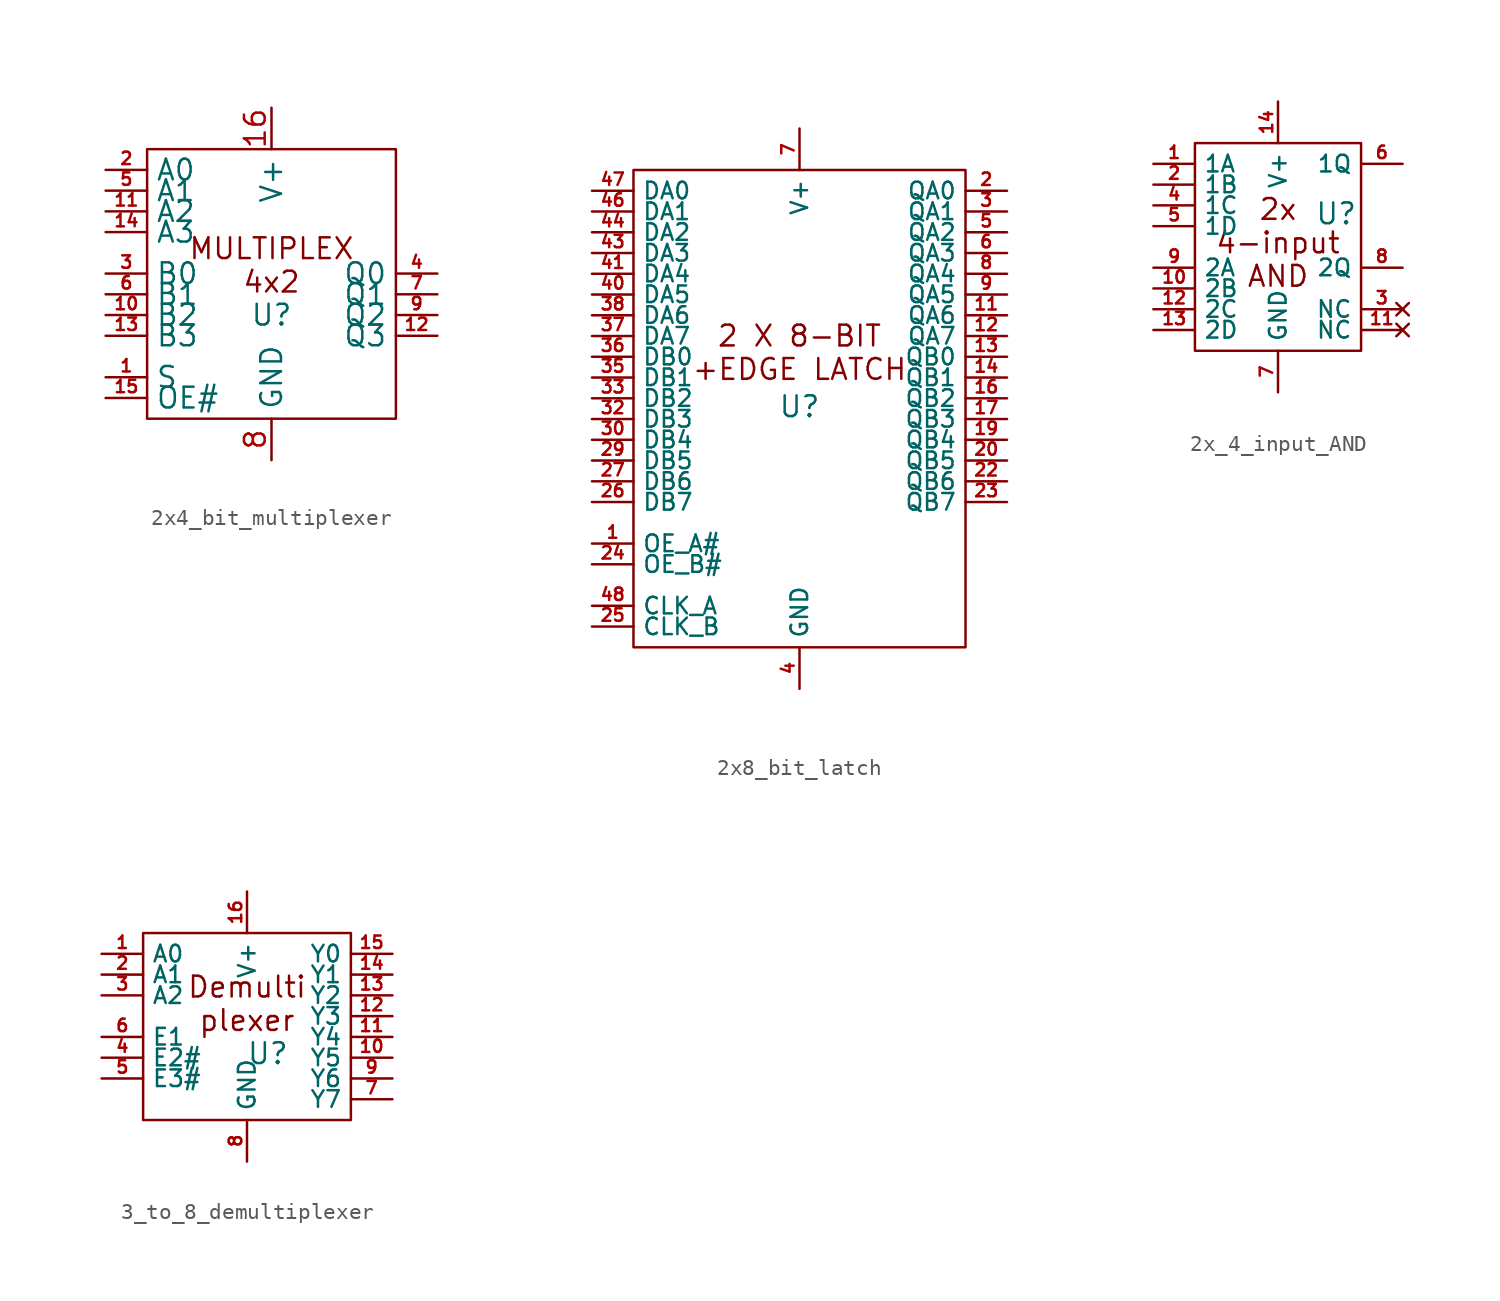
<source format=kicad_sym>
(kicad_symbol_lib
  (version 20231120)
  (generator "kicad_symbol_editor")
  (generator_version "8.0")
  (symbol "2x4_bit_multiplexer"
    (property "Reference" "U"
      (at 0 -1.27 0)
      (effects (font (size 1.27 1.27))))
    (property "Value" ""
      (at -1.27 -5.08 0)
      (effects (font (size 1.27 1.27))))
    (symbol "2x4_bit_multiplexer_0_1"
      (rectangle (start -7.62 8.89) (end 7.62 -7.62) (stroke (width 0) (type default)) (fill (type none))))
    (symbol "2x4_bit_multiplexer_1_1"
      (text "MULTIPLEX\n4x2" (at 0 1.778 0) (effects (font (size 1.27 1.27))))
      (pin input line (at -10.16 -5.08 0) (length 2.54) (name "S" (effects (font (size 1.27 1.27)))) (number "1" (effects (font (size 0.762 0.762)))))
      (pin input line (at -10.16 -1.27 0) (length 2.54) (name "B2" (effects (font (size 1.27 1.27)))) (number "10" (effects (font (size 0.762 0.762)))))
      (pin input line (at -10.16 5.08 0) (length 2.54) (name "A2" (effects (font (size 1.27 1.27)))) (number "11" (effects (font (size 0.762 0.762)))))
      (pin output line (at 10.16 -2.54 180) (length 2.54) (name "Q3" (effects (font (size 1.27 1.27)))) (number "12" (effects (font (size 0.762 0.762)))))
      (pin input line (at -10.16 -2.54 0) (length 2.54) (name "B3" (effects (font (size 1.27 1.27)))) (number "13" (effects (font (size 0.762 0.762)))))
      (pin input line (at -10.16 3.81 0) (length 2.54) (name "A3" (effects (font (size 1.27 1.27)))) (number "14" (effects (font (size 0.762 0.762)))))
      (pin input line (at -10.16 -6.35 0) (length 2.54) (name "OE#" (effects (font (size 1.27 1.27)))) (number "15" (effects (font (size 0.762 0.762)))))
      (pin power_in line (at 0 11.43 270) (length 2.54) (name "V+" (effects (font (size 1.27 1.27)))) (number "16" (effects (font (size 1.27 1.27)))))
      (pin input line (at -10.16 7.62 0) (length 2.54) (name "A0" (effects (font (size 1.27 1.27)))) (number "2" (effects (font (size 0.762 0.762)))))
      (pin input line (at -10.16 1.27 0) (length 2.54) (name "B0" (effects (font (size 1.27 1.27)))) (number "3" (effects (font (size 0.762 0.762)))))
      (pin output line (at 10.16 1.27 180) (length 2.54) (name "Q0" (effects (font (size 1.27 1.27)))) (number "4" (effects (font (size 0.762 0.762)))))
      (pin input line (at -10.16 6.35 0) (length 2.54) (name "A1" (effects (font (size 1.27 1.27)))) (number "5" (effects (font (size 0.762 0.762)))))
      (pin input line (at -10.16 0 0) (length 2.54) (name "B1" (effects (font (size 1.27 1.27)))) (number "6" (effects (font (size 0.762 0.762)))))
      (pin output line (at 10.16 0 180) (length 2.54) (name "Q1" (effects (font (size 1.27 1.27)))) (number "7" (effects (font (size 0.762 0.762)))))
      (pin power_in line (at 0 -10.16 90) (length 2.54) (name "GND" (effects (font (size 1.27 1.27)))) (number "8" (effects (font (size 1.27 1.27)))))
      (pin output line (at 10.16 -1.27 180) (length 2.54) (name "Q2" (effects (font (size 1.27 1.27)))) (number "9" (effects (font (size 0.762 0.762)))))))
  (symbol "2x8_bit_latch"
    (property "Reference" "U"
      (at 0 0.762 0)
      (effects (font (size 1.27 1.27))))
    (property "Value" ""
      (at 0 0 0)
      (effects (font (size 1.27 1.27))))
    (symbol "2x8_bit_latch_0_1"
      (rectangle (start -10.16 15.24) (end 10.16 -13.97) (stroke (width 0) (type default)) (fill (type none))))
    (symbol "2x8_bit_latch_1_1"
      (text "2 X 8-BIT\n+EDGE LATCH" (at 0 4.064 0) (effects (font (size 1.27 1.27))))
      (pin input line (at -12.7 -7.62 0) (length 2.54) (name "OE_A#" (effects (font (size 1.016 1.016)))) (number "1" (effects (font (size 0.762 0.762)))))
      (pin output line (at 12.7 6.35 180) (length 2.54) (name "QA6" (effects (font (size 1.016 1.016)))) (number "11" (effects (font (size 0.762 0.762)))))
      (pin output line (at 12.7 5.08 180) (length 2.54) (name "QA7" (effects (font (size 1.016 1.016)))) (number "12" (effects (font (size 0.762 0.762)))))
      (pin output line (at 12.7 3.81 180) (length 2.54) (name "QB0" (effects (font (size 1.016 1.016)))) (number "13" (effects (font (size 0.762 0.762)))))
      (pin output line (at 12.7 2.54 180) (length 2.54) (name "QB1" (effects (font (size 1.016 1.016)))) (number "14" (effects (font (size 0.762 0.762)))))
      (pin output line (at 12.7 1.27 180) (length 2.54) (name "QB2" (effects (font (size 1.016 1.016)))) (number "16" (effects (font (size 0.762 0.762)))))
      (pin output line (at 12.7 0 180) (length 2.54) (name "QB3" (effects (font (size 1.016 1.016)))) (number "17" (effects (font (size 0.762 0.762)))))
      (pin output line (at 12.7 -1.27 180) (length 2.54) (name "QB4" (effects (font (size 1.016 1.016)))) (number "19" (effects (font (size 0.762 0.762)))))
      (pin output line (at 12.7 13.97 180) (length 2.54) (name "QA0" (effects (font (size 1.016 1.016)))) (number "2" (effects (font (size 0.762 0.762)))))
      (pin output line (at 12.7 -2.54 180) (length 2.54) (name "QB5" (effects (font (size 1.016 1.016)))) (number "20" (effects (font (size 0.762 0.762)))))
      (pin output line (at 12.7 -3.81 180) (length 2.54) (name "QB6" (effects (font (size 1.016 1.016)))) (number "22" (effects (font (size 0.762 0.762)))))
      (pin output line (at 12.7 -5.08 180) (length 2.54) (name "QB7" (effects (font (size 1.016 1.016)))) (number "23" (effects (font (size 0.762 0.762)))))
      (pin input line (at -12.7 -8.89 0) (length 2.54) (name "OE_B#" (effects (font (size 1.016 1.016)))) (number "24" (effects (font (size 0.762 0.762)))))
      (pin input line (at -12.7 -12.7 0) (length 2.54) (name "CLK_B" (effects (font (size 1.016 1.016)))) (number "25" (effects (font (size 0.762 0.762)))))
      (pin input line (at -12.7 -5.08 0) (length 2.54) (name "DB7" (effects (font (size 1.016 1.016)))) (number "26" (effects (font (size 0.762 0.762)))))
      (pin input line (at -12.7 -3.81 0) (length 2.54) (name "DB6" (effects (font (size 1.016 1.016)))) (number "27" (effects (font (size 0.762 0.762)))))
      (pin input line (at -12.7 -2.54 0) (length 2.54) (name "DB5" (effects (font (size 1.016 1.016)))) (number "29" (effects (font (size 0.762 0.762)))))
      (pin output line (at 12.7 12.7 180) (length 2.54) (name "QA1" (effects (font (size 1.016 1.016)))) (number "3" (effects (font (size 0.762 0.762)))))
      (pin input line (at -12.7 -1.27 0) (length 2.54) (name "DB4" (effects (font (size 1.016 1.016)))) (number "30" (effects (font (size 0.762 0.762)))))
      (pin input line (at -12.7 0 0) (length 2.54) (name "DB3" (effects (font (size 1.016 1.016)))) (number "32" (effects (font (size 0.762 0.762)))))
      (pin input line (at -12.7 1.27 0) (length 2.54) (name "DB2" (effects (font (size 1.016 1.016)))) (number "33" (effects (font (size 0.762 0.762)))))
      (pin input line (at -12.7 2.54 0) (length 2.54) (name "DB1" (effects (font (size 1.016 1.016)))) (number "35" (effects (font (size 0.762 0.762)))))
      (pin input line (at -12.7 3.81 0) (length 2.54) (name "DB0" (effects (font (size 1.016 1.016)))) (number "36" (effects (font (size 0.762 0.762)))))
      (pin input line (at -12.7 5.08 0) (length 2.54) (name "DA7" (effects (font (size 1.016 1.016)))) (number "37" (effects (font (size 0.762 0.762)))))
      (pin input line (at -12.7 6.35 0) (length 2.54) (name "DA6" (effects (font (size 1.016 1.016)))) (number "38" (effects (font (size 0.762 0.762)))))
      (pin power_in line (at 0 -16.51 90) (length 2.54) (name "GND" (effects (font (size 1.016 1.016)))) (number "4" (effects (font (size 0.762 0.762)))))
      (pin input line (at -12.7 7.62 0) (length 2.54) (name "DA5" (effects (font (size 1.016 1.016)))) (number "40" (effects (font (size 0.762 0.762)))))
      (pin input line (at -12.7 8.89 0) (length 2.54) (name "DA4" (effects (font (size 1.016 1.016)))) (number "41" (effects (font (size 0.762 0.762)))))
      (pin input line (at -12.7 10.16 0) (length 2.54) (name "DA3" (effects (font (size 1.016 1.016)))) (number "43" (effects (font (size 0.762 0.762)))))
      (pin input line (at -12.7 11.43 0) (length 2.54) (name "DA2" (effects (font (size 1.016 1.016)))) (number "44" (effects (font (size 0.762 0.762)))))
      (pin input line (at -12.7 12.7 0) (length 2.54) (name "DA1" (effects (font (size 1.016 1.016)))) (number "46" (effects (font (size 0.762 0.762)))))
      (pin input line (at -12.7 13.97 0) (length 2.54) (name "DA0" (effects (font (size 1.016 1.016)))) (number "47" (effects (font (size 0.762 0.762)))))
      (pin input line (at -12.7 -11.43 0) (length 2.54) (name "CLK_A" (effects (font (size 1.016 1.016)))) (number "48" (effects (font (size 0.762 0.762)))))
      (pin output line (at 12.7 11.43 180) (length 2.54) (name "QA2" (effects (font (size 1.016 1.016)))) (number "5" (effects (font (size 0.762 0.762)))))
      (pin output line (at 12.7 10.16 180) (length 2.54) (name "QA3" (effects (font (size 1.016 1.016)))) (number "6" (effects (font (size 0.762 0.762)))))
      (pin power_in line (at 0 17.78 270) (length 2.54) (name "V+" (effects (font (size 1.016 1.016)))) (number "7" (effects (font (size 0.762 0.762)))))
      (pin output line (at 12.7 8.89 180) (length 2.54) (name "QA4" (effects (font (size 1.016 1.016)))) (number "8" (effects (font (size 0.762 0.762)))))
      (pin output line (at 12.7 7.62 180) (length 2.54) (name "QA5" (effects (font (size 1.016 1.016)))) (number "9" (effects (font (size 0.762 0.762)))))))
  (symbol "2x_4_input_AND"
    (property "Reference" "U"
      (at 3.556 2.032 0)
      (effects (font (size 1.27 1.27))))
    (property "Value" ""
      (at 0 -3.81 0)
      (effects (font (size 1.27 1.27))))
    (symbol "2x_4_input_AND_1_1"
      (rectangle (start -5.08 6.35) (end 5.08 -6.35) (stroke (width 0) (type default)) (fill (type none)))
      (text "2x\n4-input\nAND" (at 0 0.254 0) (effects (font (size 1.27 1.27))))
      (pin input line (at -7.62 5.08 0) (length 2.54) (name "1A" (effects (font (size 1.016 1.016)))) (number "1" (effects (font (size 0.762 0.762)))))
      (pin input line (at -7.62 -2.54 0) (length 2.54) (name "2B" (effects (font (size 1.016 1.016)))) (number "10" (effects (font (size 0.762 0.762)))))
      (pin no_connect line (at 7.62 -5.08 180) (length 2.54) (name "NC" (effects (font (size 1.016 1.016)))) (number "11" (effects (font (size 0.762 0.762)))))
      (pin input line (at -7.62 -3.81 0) (length 2.54) (name "2C" (effects (font (size 1.016 1.016)))) (number "12" (effects (font (size 0.762 0.762)))))
      (pin input line (at -7.62 -5.08 0) (length 2.54) (name "2D" (effects (font (size 1.016 1.016)))) (number "13" (effects (font (size 0.762 0.762)))))
      (pin power_in line (at 0 8.89 270) (length 2.54) (name "V+" (effects (font (size 1.016 1.016)))) (number "14" (effects (font (size 0.762 0.762)))))
      (pin input line (at -7.62 3.81 0) (length 2.54) (name "1B" (effects (font (size 1.016 1.016)))) (number "2" (effects (font (size 0.762 0.762)))))
      (pin no_connect line (at 7.62 -3.81 180) (length 2.54) (name "NC" (effects (font (size 1.016 1.016)))) (number "3" (effects (font (size 0.762 0.762)))))
      (pin input line (at -7.62 2.54 0) (length 2.54) (name "1C" (effects (font (size 1.016 1.016)))) (number "4" (effects (font (size 0.762 0.762)))))
      (pin input line (at -7.62 1.27 0) (length 2.54) (name "1D" (effects (font (size 1.016 1.016)))) (number "5" (effects (font (size 0.762 0.762)))))
      (pin output line (at 7.62 5.08 180) (length 2.54) (name "1Q" (effects (font (size 1.016 1.016)))) (number "6" (effects (font (size 0.762 0.762)))))
      (pin power_in line (at 0 -8.89 90) (length 2.54) (name "GND" (effects (font (size 1.016 1.016)))) (number "7" (effects (font (size 0.762 0.762)))))
      (pin output line (at 7.62 -1.27 180) (length 2.54) (name "2Q" (effects (font (size 1.016 1.016)))) (number "8" (effects (font (size 0.762 0.762)))))
      (pin input line (at -7.62 -1.27 0) (length 2.54) (name "2A" (effects (font (size 1.016 1.016)))) (number "9" (effects (font (size 0.762 0.762)))))))
  (symbol "3_to_8_demultiplexer"
    (property "Reference" "U"
      (at 1.27 -1.016 0)
      (effects (font (size 1.27 1.27))))
    (property "Value" ""
      (at -2.54 -2.54 0)
      (effects (font (size 1.27 1.27))))
    (symbol "3_to_8_demultiplexer_1_1"
      (rectangle (start -6.35 6.35) (end 6.35 -5.08) (stroke (width 0) (type default)) (fill (type none)))
      (text "Demulti\nplexer" (at 0 2.032 0) (effects (font (size 1.27 1.27))))
      (pin input line (at -8.89 5.08 0) (length 2.54) (name "A0" (effects (font (size 1.016 1.016)))) (number "1" (effects (font (size 0.762 0.762)))))
      (pin output line (at 8.89 -1.27 180) (length 2.54) (name "Y5" (effects (font (size 1.016 1.016)))) (number "10" (effects (font (size 0.762 0.762)))))
      (pin output line (at 8.89 0 180) (length 2.54) (name "Y4" (effects (font (size 1.016 1.016)))) (number "11" (effects (font (size 0.762 0.762)))))
      (pin output line (at 8.89 1.27 180) (length 2.54) (name "Y3" (effects (font (size 1.016 1.016)))) (number "12" (effects (font (size 0.762 0.762)))))
      (pin output line (at 8.89 2.54 180) (length 2.54) (name "Y2" (effects (font (size 1.016 1.016)))) (number "13" (effects (font (size 0.762 0.762)))))
      (pin output line (at 8.89 3.81 180) (length 2.54) (name "Y1" (effects (font (size 1.016 1.016)))) (number "14" (effects (font (size 0.762 0.762)))))
      (pin output line (at 8.89 5.08 180) (length 2.54) (name "Y0" (effects (font (size 1.016 1.016)))) (number "15" (effects (font (size 0.762 0.762)))))
      (pin power_in line (at 0 8.89 270) (length 2.54) (name "V+" (effects (font (size 1.016 1.016)))) (number "16" (effects (font (size 0.762 0.762)))))
      (pin input line (at -8.89 3.81 0) (length 2.54) (name "A1" (effects (font (size 1.016 1.016)))) (number "2" (effects (font (size 0.762 0.762)))))
      (pin input line (at -8.89 2.54 0) (length 2.54) (name "A2" (effects (font (size 1.016 1.016)))) (number "3" (effects (font (size 0.762 0.762)))))
      (pin input line (at -8.89 -1.27 0) (length 2.54) (name "E2#" (effects (font (size 1.016 1.016)))) (number "4" (effects (font (size 0.762 0.762)))))
      (pin input line (at -8.89 -2.54 0) (length 2.54) (name "E3#" (effects (font (size 1.016 1.016)))) (number "5" (effects (font (size 0.762 0.762)))))
      (pin input line (at -8.89 0 0) (length 2.54) (name "E1" (effects (font (size 1.016 1.016)))) (number "6" (effects (font (size 0.762 0.762)))))
      (pin output line (at 8.89 -3.81 180) (length 2.54) (name "Y7" (effects (font (size 1.016 1.016)))) (number "7" (effects (font (size 0.762 0.762)))))
      (pin power_in line (at 0 -7.62 90) (length 2.54) (name "GND" (effects (font (size 1.016 1.016)))) (number "8" (effects (font (size 0.762 0.762)))))
      (pin output line (at 8.89 -2.54 180) (length 2.54) (name "Y6" (effects (font (size 1.016 1.016)))) (number "9" (effects (font (size 0.762 0.762))))))))
</source>
